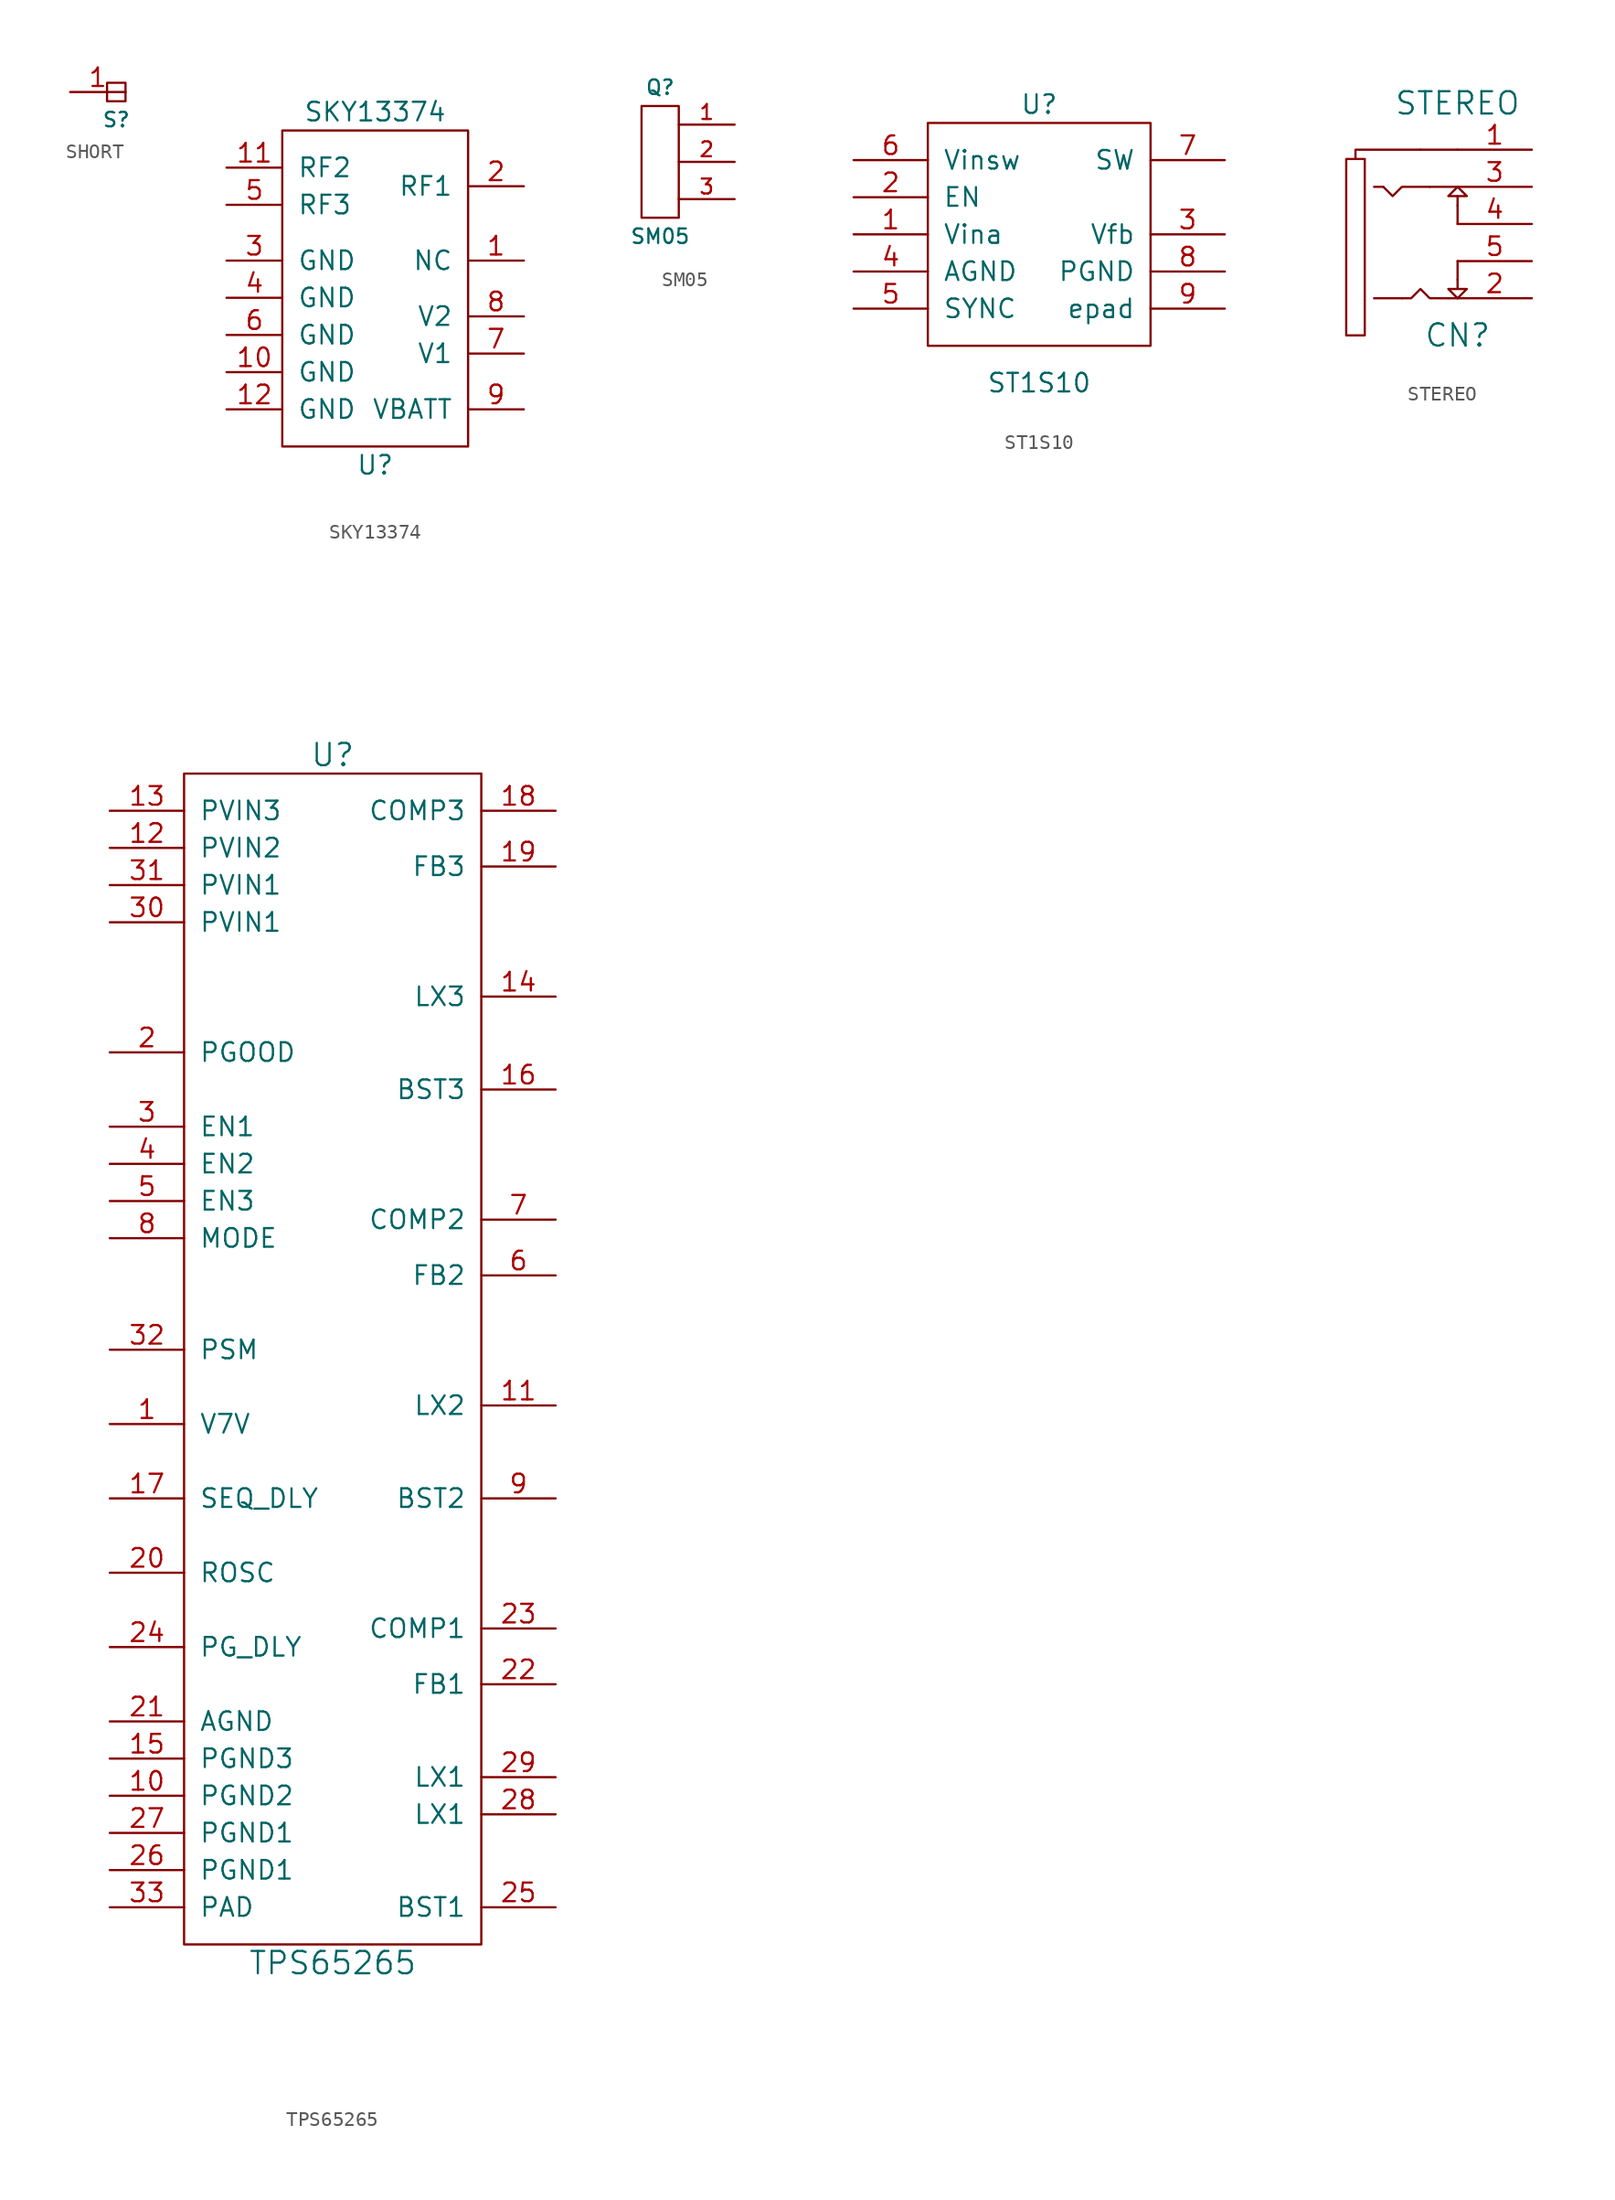
<source format=kicad_sym>
(kicad_symbol_lib
  (version 20220914)
  (generator kicad_symbol_editor)
  (symbol "SHORT"
    (pin_names
      (offset 1.016))
    (property "Reference" "S"
      (at 0.635 -1.905 0)
      (effects (font (size 0.991 0.991))))
    (symbol "SHORT_0_1"
      (rectangle (start 0 0.635) (end 1.27 -0.635) (stroke (width 0) (type solid)) (fill (type none))))
    (symbol "SHORT_1_1"
      (pin bidirectional line (at -2.54 0 0) (length 3.81) (name "~" (effects (font (size 1.27 1.27)))) (number "1" (effects (font (size 1.27 1.27)))))))
  (symbol "SKY13374"
    (pin_names
      (offset 1.016))
    (property "Reference" "U"
      (at 0 -8.89 0)
      (effects (font (size 1.27 1.27))))
    (property "Value" "SKY13374"
      (at 0 15.24 0)
      (effects (font (size 1.27 1.27))))
    (symbol "SKY13374_0_1"
      (rectangle (start -6.35 13.97) (end 6.35 -7.62) (stroke (width 0) (type solid)) (fill (type none))))
    (symbol "SKY13374_1_1"
      (pin output line (at 10.16 5.08 180) (length 3.81) (name "NC" (effects (font (size 1.27 1.27)))) (number "1" (effects (font (size 1.27 1.27)))))
      (pin power_in line (at -10.16 -2.54 0) (length 3.81) (name "GND" (effects (font (size 1.27 1.27)))) (number "10" (effects (font (size 1.27 1.27)))))
      (pin input line (at -10.16 11.43 0) (length 3.81) (name "RF2" (effects (font (size 1.27 1.27)))) (number "11" (effects (font (size 1.27 1.27)))))
      (pin power_in line (at -10.16 -5.08 0) (length 3.81) (name "GND" (effects (font (size 1.27 1.27)))) (number "12" (effects (font (size 1.27 1.27)))))
      (pin output line (at 10.16 10.16 180) (length 3.81) (name "RF1" (effects (font (size 1.27 1.27)))) (number "2" (effects (font (size 1.27 1.27)))))
      (pin power_in line (at -10.16 5.08 0) (length 3.81) (name "GND" (effects (font (size 1.27 1.27)))) (number "3" (effects (font (size 1.27 1.27)))))
      (pin power_in line (at -10.16 2.54 0) (length 3.81) (name "GND" (effects (font (size 1.27 1.27)))) (number "4" (effects (font (size 1.27 1.27)))))
      (pin input line (at -10.16 8.89 0) (length 3.81) (name "RF3" (effects (font (size 1.27 1.27)))) (number "5" (effects (font (size 1.27 1.27)))))
      (pin power_in line (at -10.16 0 0) (length 3.81) (name "GND" (effects (font (size 1.27 1.27)))) (number "6" (effects (font (size 1.27 1.27)))))
      (pin input line (at 10.16 -1.27 180) (length 3.81) (name "V1" (effects (font (size 1.27 1.27)))) (number "7" (effects (font (size 1.27 1.27)))))
      (pin input line (at 10.16 1.27 180) (length 3.81) (name "V2" (effects (font (size 1.27 1.27)))) (number "8" (effects (font (size 1.27 1.27)))))
      (pin power_in line (at 10.16 -5.08 180) (length 3.81) (name "VBATT" (effects (font (size 1.27 1.27)))) (number "9" (effects (font (size 1.27 1.27)))))))
  (symbol "SM05"
    (pin_names
      (offset 1.016))
    (property "Reference" "Q"
      (at -1.27 8.89 0)
      (effects (font (size 0.991 0.991))))
    (property "Value" "SM05"
      (at -1.27 -1.27 0)
      (effects (font (size 0.991 0.991))))
    (symbol "SM05_0_1"
      (rectangle (start -2.54 7.62) (end 0 0) (stroke (width 0) (type solid)) (fill (type none))))
    (symbol "SM05_1_1"
      (pin passive line (at 3.81 6.35 180) (length 3.81) (name "~" (effects (font (size 1.016 1.016)))) (number "1" (effects (font (size 1.016 1.016)))))
      (pin passive line (at 3.81 3.81 180) (length 3.81) (name "~" (effects (font (size 1.016 1.016)))) (number "2" (effects (font (size 1.016 1.016)))))
      (pin passive line (at 3.81 1.27 180) (length 3.81) (name "~" (effects (font (size 1.016 1.016)))) (number "3" (effects (font (size 1.016 1.016)))))))
  (symbol "ST1S10"
    (pin_names
      (offset 1.016))
    (property "Reference" "U"
      (at -1.27 12.7 0)
      (effects (font (size 1.27 1.27))))
    (property "Value" "ST1S10"
      (at -1.27 -6.35 0)
      (effects (font (size 1.27 1.27))))
    (property "Footprint" ""
      (at 0 0 0)
      (effects (font (size 1.27 1.27))))
    (property "Datasheet" ""
      (at 0 0 0)
      (effects (font (size 1.27 1.27))))
    (symbol "ST1S10_0_1"
      (rectangle (start -8.89 11.43) (end 6.35 -3.81) (stroke (width 0) (type solid)) (fill (type none))))
    (symbol "ST1S10_1_1"
      (pin input line (at -13.97 3.81 0) (length 5.08) (name "Vina" (effects (font (size 1.27 1.27)))) (number "1" (effects (font (size 1.27 1.27)))))
      (pin input line (at -13.97 6.35 0) (length 5.08) (name "EN" (effects (font (size 1.27 1.27)))) (number "2" (effects (font (size 1.27 1.27)))))
      (pin input line (at 11.43 3.81 180) (length 5.08) (name "Vfb" (effects (font (size 1.27 1.27)))) (number "3" (effects (font (size 1.27 1.27)))))
      (pin power_in line (at -13.97 1.27 0) (length 5.08) (name "AGND" (effects (font (size 1.27 1.27)))) (number "4" (effects (font (size 1.27 1.27)))))
      (pin input line (at -13.97 -1.27 0) (length 5.08) (name "SYNC" (effects (font (size 1.27 1.27)))) (number "5" (effects (font (size 1.27 1.27)))))
      (pin power_in line (at -13.97 8.89 0) (length 5.08) (name "Vinsw" (effects (font (size 1.27 1.27)))) (number "6" (effects (font (size 1.27 1.27)))))
      (pin power_out line (at 11.43 8.89 180) (length 5.08) (name "SW" (effects (font (size 1.27 1.27)))) (number "7" (effects (font (size 1.27 1.27)))))
      (pin power_in line (at 11.43 1.27 180) (length 5.08) (name "PGND" (effects (font (size 1.27 1.27)))) (number "8" (effects (font (size 1.27 1.27)))))
      (pin power_in line (at 11.43 -1.27 180) (length 5.08) (name "epad" (effects (font (size 1.27 1.27)))) (number "9" (effects (font (size 1.27 1.27)))))))
  (symbol "STEREO"
    (pin_names
      (offset 1.016))
    (property "Reference" "CN"
      (at 0 0 0)
      (effects (font (size 1.524 1.524))))
    (property "Value" "STEREO"
      (at 0 15.875 0)
      (effects (font (size 1.524 1.524))))
    (symbol "STEREO_0_1"
      (polyline (pts (xy -5.08 10.16) (xy -5.715 10.16)) (stroke (width 0) (type solid)) (fill (type none)))
      (polyline (pts (xy -3.81 2.54) (xy -5.715 2.54)) (stroke (width 0) (type solid)) (fill (type none)))
      (polyline (pts (xy -2.54 12.7) (xy 0 12.7)) (stroke (width 0) (type solid)) (fill (type none)))
      (polyline (pts (xy -1.905 10.16) (xy 0 10.16)) (stroke (width 0) (type solid)) (fill (type none)))
      (polyline (pts (xy -0.635 2.54) (xy 0 2.54)) (stroke (width 0) (type solid)) (fill (type none)))
      (polyline (pts (xy 0 3.81) (xy 0 5.08)) (stroke (width 0) (type solid)) (fill (type none)))
      (polyline (pts (xy 0 8.89) (xy 0 7.62)) (stroke (width 0) (type solid)) (fill (type none)))
      (polyline (pts (xy 0 9.525) (xy 0 8.89)) (stroke (width 0) (type solid)) (fill (type none)))
      (polyline (pts (xy -5.08 10.16) (xy -4.445 9.525) (xy -3.81 10.16) (xy -1.905 10.16)) (stroke (width 0) (type solid)) (fill (type none)))
      (polyline (pts (xy -0.635 2.54) (xy -1.905 2.54) (xy -2.54 3.175) (xy -3.175 2.54) (xy -3.81 2.54)) (stroke (width 0) (type solid)) (fill (type none)))
      (polyline (pts (xy 0 10.16) (xy -0.635 9.525) (xy 0 9.525) (xy 0.635 9.525) (xy 0 10.16)) (stroke (width 0) (type solid)) (fill (type none)))
      (polyline (pts (xy 0 3.81) (xy 0 3.175) (xy 0.635 3.175) (xy 0 2.54) (xy -0.635 3.175) (xy 0 3.175)) (stroke (width 0) (type solid)) (fill (type none)))
      (polyline (pts (xy -2.54 12.7) (xy -6.35 12.7) (xy -6.985 12.7) (xy -6.985 12.065) (xy -6.35 12.065) (xy -6.35 0) (xy -6.985 0) (xy -7.62 0) (xy -7.62 12.065) (xy -6.985 12.065)) (stroke (width 0) (type solid)) (fill (type none))))
    (symbol "STEREO_1_1"
      (pin input line (at 5.08 12.7 180) (length 5.08) (name "~" (effects (font (size 1.27 1.27)))) (number "1" (effects (font (size 1.27 1.27)))))
      (pin input line (at 5.08 2.54 180) (length 5.08) (name "~" (effects (font (size 1.27 1.27)))) (number "2" (effects (font (size 1.27 1.27)))))
      (pin input line (at 5.08 10.16 180) (length 5.08) (name "~" (effects (font (size 1.27 1.27)))) (number "3" (effects (font (size 1.27 1.27)))))
      (pin input line (at 5.08 7.62 180) (length 5.08) (name "~" (effects (font (size 1.27 1.27)))) (number "4" (effects (font (size 1.27 1.27)))))
      (pin input line (at 5.08 5.08 180) (length 5.08) (name "~" (effects (font (size 1.27 1.27)))) (number "5" (effects (font (size 1.27 1.27)))))))
  (symbol "TPS65265"
    (pin_names
      (offset 1.016))
    (property "Reference" "U"
      (at 0 81.28 0)
      (effects (font (size 1.524 1.524))))
    (property "Value" "TPS65265"
      (at 0 -1.27 0)
      (effects (font (size 1.524 1.524))))
    (property "Footprint" ""
      (at 0 0 0)
      (effects (font (size 1.524 1.524))))
    (property "Datasheet" ""
      (at 0 0 0)
      (effects (font (size 1.524 1.524))))
    (symbol "TPS65265_0_1"
      (rectangle (start -10.16 80.01) (end 10.16 0) (stroke (width 0) (type solid)) (fill (type none))))
    (symbol "TPS65265_1_1"
      (pin input line (at -15.24 35.56 0) (length 5.08) (name "V7V" (effects (font (size 1.27 1.27)))) (number "1" (effects (font (size 1.27 1.27)))))
      (pin power_in line (at -15.24 10.16 0) (length 5.08) (name "PGND2" (effects (font (size 1.27 1.27)))) (number "10" (effects (font (size 1.27 1.27)))))
      (pin power_out line (at 15.24 36.83 180) (length 5.08) (name "LX2" (effects (font (size 1.27 1.27)))) (number "11" (effects (font (size 1.27 1.27)))))
      (pin power_in line (at -15.24 74.93 0) (length 5.08) (name "PVIN2" (effects (font (size 1.27 1.27)))) (number "12" (effects (font (size 1.27 1.27)))))
      (pin power_in line (at -15.24 77.47 0) (length 5.08) (name "PVIN3" (effects (font (size 1.27 1.27)))) (number "13" (effects (font (size 1.27 1.27)))))
      (pin power_out line (at 15.24 64.77 180) (length 5.08) (name "LX3" (effects (font (size 1.27 1.27)))) (number "14" (effects (font (size 1.27 1.27)))))
      (pin power_in line (at -15.24 12.7 0) (length 5.08) (name "PGND3" (effects (font (size 1.27 1.27)))) (number "15" (effects (font (size 1.27 1.27)))))
      (pin input line (at 15.24 58.42 180) (length 5.08) (name "BST3" (effects (font (size 1.27 1.27)))) (number "16" (effects (font (size 1.27 1.27)))))
      (pin input line (at -15.24 30.48 0) (length 5.08) (name "SEQ_DLY" (effects (font (size 1.27 1.27)))) (number "17" (effects (font (size 1.27 1.27)))))
      (pin input line (at 15.24 77.47 180) (length 5.08) (name "COMP3" (effects (font (size 1.27 1.27)))) (number "18" (effects (font (size 1.27 1.27)))))
      (pin input line (at 15.24 73.66 180) (length 5.08) (name "FB3" (effects (font (size 1.27 1.27)))) (number "19" (effects (font (size 1.27 1.27)))))
      (pin input line (at -15.24 60.96 0) (length 5.08) (name "PGOOD" (effects (font (size 1.27 1.27)))) (number "2" (effects (font (size 1.27 1.27)))))
      (pin input line (at -15.24 25.4 0) (length 5.08) (name "ROSC" (effects (font (size 1.27 1.27)))) (number "20" (effects (font (size 1.27 1.27)))))
      (pin power_in line (at -15.24 15.24 0) (length 5.08) (name "AGND" (effects (font (size 1.27 1.27)))) (number "21" (effects (font (size 1.27 1.27)))))
      (pin input line (at 15.24 17.78 180) (length 5.08) (name "FB1" (effects (font (size 1.27 1.27)))) (number "22" (effects (font (size 1.27 1.27)))))
      (pin input line (at 15.24 21.59 180) (length 5.08) (name "COMP1" (effects (font (size 1.27 1.27)))) (number "23" (effects (font (size 1.27 1.27)))))
      (pin input line (at -15.24 20.32 0) (length 5.08) (name "PG_DLY" (effects (font (size 1.27 1.27)))) (number "24" (effects (font (size 1.27 1.27)))))
      (pin input line (at 15.24 2.54 180) (length 5.08) (name "BST1" (effects (font (size 1.27 1.27)))) (number "25" (effects (font (size 1.27 1.27)))))
      (pin power_in line (at -15.24 5.08 0) (length 5.08) (name "PGND1" (effects (font (size 1.27 1.27)))) (number "26" (effects (font (size 1.27 1.27)))))
      (pin power_in line (at -15.24 7.62 0) (length 5.08) (name "PGND1" (effects (font (size 1.27 1.27)))) (number "27" (effects (font (size 1.27 1.27)))))
      (pin power_out line (at 15.24 8.89 180) (length 5.08) (name "LX1" (effects (font (size 1.27 1.27)))) (number "28" (effects (font (size 1.27 1.27)))))
      (pin power_out line (at 15.24 11.43 180) (length 5.08) (name "LX1" (effects (font (size 1.27 1.27)))) (number "29" (effects (font (size 1.27 1.27)))))
      (pin input line (at -15.24 55.88 0) (length 5.08) (name "EN1" (effects (font (size 1.27 1.27)))) (number "3" (effects (font (size 1.27 1.27)))))
      (pin power_in line (at -15.24 69.85 0) (length 5.08) (name "PVIN1" (effects (font (size 1.27 1.27)))) (number "30" (effects (font (size 1.27 1.27)))))
      (pin power_in line (at -15.24 72.39 0) (length 5.08) (name "PVIN1" (effects (font (size 1.27 1.27)))) (number "31" (effects (font (size 1.27 1.27)))))
      (pin input line (at -15.24 40.64 0) (length 5.08) (name "PSM" (effects (font (size 1.27 1.27)))) (number "32" (effects (font (size 1.27 1.27)))))
      (pin power_in line (at -15.24 2.54 0) (length 5.08) (name "PAD" (effects (font (size 1.27 1.27)))) (number "33" (effects (font (size 1.27 1.27)))))
      (pin input line (at -15.24 53.34 0) (length 5.08) (name "EN2" (effects (font (size 1.27 1.27)))) (number "4" (effects (font (size 1.27 1.27)))))
      (pin input line (at -15.24 50.8 0) (length 5.08) (name "EN3" (effects (font (size 1.27 1.27)))) (number "5" (effects (font (size 1.27 1.27)))))
      (pin input line (at 15.24 45.72 180) (length 5.08) (name "FB2" (effects (font (size 1.27 1.27)))) (number "6" (effects (font (size 1.27 1.27)))))
      (pin input line (at 15.24 49.53 180) (length 5.08) (name "COMP2" (effects (font (size 1.27 1.27)))) (number "7" (effects (font (size 1.27 1.27)))))
      (pin input line (at -15.24 48.26 0) (length 5.08) (name "MODE" (effects (font (size 1.27 1.27)))) (number "8" (effects (font (size 1.27 1.27)))))
      (pin input line (at 15.24 30.48 180) (length 5.08) (name "BST2" (effects (font (size 1.27 1.27)))) (number "9" (effects (font (size 1.27 1.27))))))))
</source>
